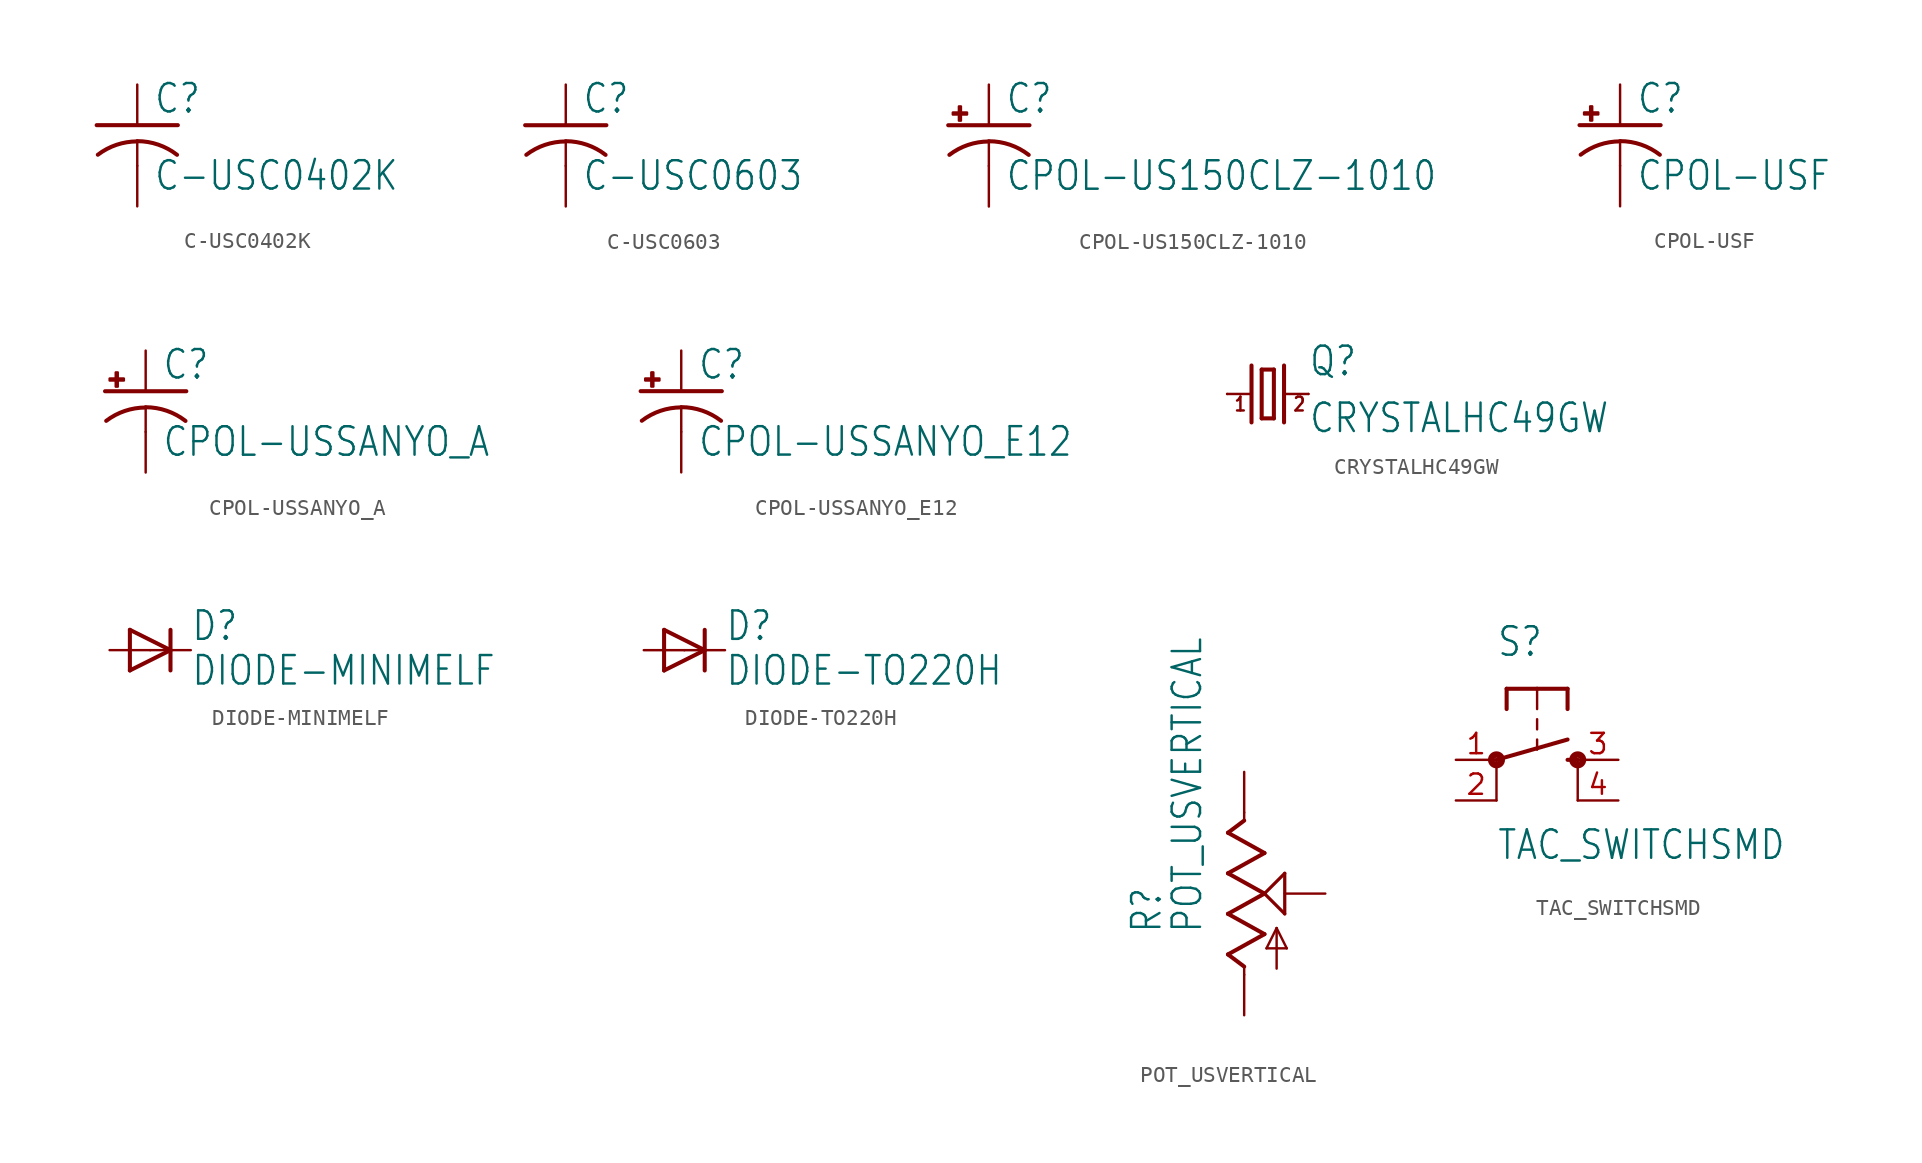
<source format=kicad_sym>
(kicad_symbol_lib
  (version 20211014)
  (generator kicad_symbol_editor)
  (symbol "C-USC0402K"
    (property "Reference" "C"
      (at 1.016 0.635 0)
      (effects (font (size 1.778 1.511)) (justify left bottom)))
    (property "Value" "C-USC0402K"
      (at 1.016 -4.191 0)
      (effects (font (size 1.778 1.511)) (justify left bottom)))
    (property "ki_locked" ""
      (at 0 0 0)
      (effects (font (size 1.27 1.27))))
    (symbol "C-USC0402K_1_0"
      (arc (start 0 -1.0161) (mid -1.302 -1.2303) (end -2.4668 -1.8504) (stroke (width 0.254) (type default) (color 0 0 0 0)) (fill (type none)))
      (polyline (pts (xy -2.54 0) (xy 2.54 0)) (stroke (width 0.254) (type default) (color 0 0 0 0)) (fill (type none)))
      (polyline (pts (xy 0 -1.016) (xy 0 -2.54)) (stroke (width 0.152) (type default) (color 0 0 0 0)) (fill (type none)))
      (arc (start 2.4892 -1.8542) (mid 1.3158 -1.2195) (end 0 -1) (stroke (width 0.254) (type default) (color 0 0 0 0)) (fill (type none)))
      (pin passive line (at 0 2.54 270) (length 2.54) (name "1" (effects (font (size 0 0)))) (number "1" (effects (font (size 0 0)))))
      (pin passive line (at 0 -5.08 90) (length 2.54) (name "2" (effects (font (size 0 0)))) (number "2" (effects (font (size 0 0)))))))
  (symbol "C-USC0603"
    (property "Reference" "C"
      (at 1.016 0.635 0)
      (effects (font (size 1.778 1.511)) (justify left bottom)))
    (property "Value" "C-USC0603"
      (at 1.016 -4.191 0)
      (effects (font (size 1.778 1.511)) (justify left bottom)))
    (property "ki_locked" ""
      (at 0 0 0)
      (effects (font (size 1.27 1.27))))
    (symbol "C-USC0603_1_0"
      (arc (start 0 -1.0161) (mid -1.302 -1.2303) (end -2.4668 -1.8504) (stroke (width 0.254) (type default) (color 0 0 0 0)) (fill (type none)))
      (polyline (pts (xy -2.54 0) (xy 2.54 0)) (stroke (width 0.254) (type default) (color 0 0 0 0)) (fill (type none)))
      (polyline (pts (xy 0 -1.016) (xy 0 -2.54)) (stroke (width 0.152) (type default) (color 0 0 0 0)) (fill (type none)))
      (arc (start 2.4892 -1.8542) (mid 1.3158 -1.2195) (end 0 -1) (stroke (width 0.254) (type default) (color 0 0 0 0)) (fill (type none)))
      (pin passive line (at 0 2.54 270) (length 2.54) (name "1" (effects (font (size 0 0)))) (number "1" (effects (font (size 0 0)))))
      (pin passive line (at 0 -5.08 90) (length 2.54) (name "2" (effects (font (size 0 0)))) (number "2" (effects (font (size 0 0)))))))
  (symbol "CPOL-US150CLZ-1010"
    (property "Reference" "C"
      (at 1.016 0.635 0)
      (effects (font (size 1.778 1.511)) (justify left bottom)))
    (property "Value" "CPOL-US150CLZ-1010"
      (at 1.016 -4.191 0)
      (effects (font (size 1.778 1.511)) (justify left bottom)))
    (property "ki_locked" ""
      (at 0 0 0)
      (effects (font (size 1.27 1.27))))
    (symbol "CPOL-US150CLZ-1010_1_0"
      (rectangle (start -2.253 0.668) (end -1.364 0.795) (stroke (width 0) (type default) (color 0 0 0 0)) (fill (type outline)))
      (rectangle (start -1.872 0.287) (end -1.745 1.176) (stroke (width 0) (type default) (color 0 0 0 0)) (fill (type outline)))
      (arc (start 0 -1.0161) (mid -1.3021 -1.2302) (end -2.4669 -1.8504) (stroke (width 0.254) (type default) (color 0 0 0 0)) (fill (type none)))
      (polyline (pts (xy -2.54 0) (xy 2.54 0)) (stroke (width 0.254) (type default) (color 0 0 0 0)) (fill (type none)))
      (polyline (pts (xy 0 -1.016) (xy 0 -2.54)) (stroke (width 0.152) (type default) (color 0 0 0 0)) (fill (type none)))
      (arc (start 2.4892 -1.8542) (mid 1.3158 -1.2195) (end 0 -1) (stroke (width 0.254) (type default) (color 0 0 0 0)) (fill (type none)))
      (pin passive line (at 0 2.54 270) (length 2.54) (name "+" (effects (font (size 0 0)))) (number "+" (effects (font (size 0 0)))))
      (pin passive line (at 0 -5.08 90) (length 2.54) (name "-" (effects (font (size 0 0)))) (number "-" (effects (font (size 0 0)))))))
  (symbol "CPOL-USF"
    (property "Reference" "C"
      (at 1.016 0.635 0)
      (effects (font (size 1.778 1.511)) (justify left bottom)))
    (property "Value" "CPOL-USF"
      (at 1.016 -4.191 0)
      (effects (font (size 1.778 1.511)) (justify left bottom)))
    (property "ki_locked" ""
      (at 0 0 0)
      (effects (font (size 1.27 1.27))))
    (symbol "CPOL-USF_1_0"
      (rectangle (start -2.253 0.668) (end -1.364 0.795) (stroke (width 0) (type default) (color 0 0 0 0)) (fill (type outline)))
      (rectangle (start -1.872 0.287) (end -1.745 1.176) (stroke (width 0) (type default) (color 0 0 0 0)) (fill (type outline)))
      (arc (start 0 -1.0161) (mid -1.3021 -1.2302) (end -2.4669 -1.8504) (stroke (width 0.254) (type default) (color 0 0 0 0)) (fill (type none)))
      (polyline (pts (xy -2.54 0) (xy 2.54 0)) (stroke (width 0.254) (type default) (color 0 0 0 0)) (fill (type none)))
      (polyline (pts (xy 0 -1.016) (xy 0 -2.54)) (stroke (width 0.152) (type default) (color 0 0 0 0)) (fill (type none)))
      (arc (start 2.4892 -1.8542) (mid 1.3158 -1.2195) (end 0 -1) (stroke (width 0.254) (type default) (color 0 0 0 0)) (fill (type none)))
      (pin passive line (at 0 2.54 270) (length 2.54) (name "+" (effects (font (size 0 0)))) (number "+" (effects (font (size 0 0)))))
      (pin passive line (at 0 -5.08 90) (length 2.54) (name "-" (effects (font (size 0 0)))) (number "-" (effects (font (size 0 0)))))))
  (symbol "CPOL-USSANYO_A"
    (property "Reference" "C"
      (at 1.016 0.635 0)
      (effects (font (size 1.778 1.511)) (justify left bottom)))
    (property "Value" "CPOL-USSANYO_A"
      (at 1.016 -4.191 0)
      (effects (font (size 1.778 1.511)) (justify left bottom)))
    (property "ki_locked" ""
      (at 0 0 0)
      (effects (font (size 1.27 1.27))))
    (symbol "CPOL-USSANYO_A_1_0"
      (rectangle (start -2.253 0.668) (end -1.364 0.795) (stroke (width 0) (type default) (color 0 0 0 0)) (fill (type outline)))
      (rectangle (start -1.872 0.287) (end -1.745 1.176) (stroke (width 0) (type default) (color 0 0 0 0)) (fill (type outline)))
      (arc (start 0 -1.0161) (mid -1.3021 -1.2302) (end -2.4669 -1.8504) (stroke (width 0.254) (type default) (color 0 0 0 0)) (fill (type none)))
      (polyline (pts (xy -2.54 0) (xy 2.54 0)) (stroke (width 0.254) (type default) (color 0 0 0 0)) (fill (type none)))
      (polyline (pts (xy 0 -1.016) (xy 0 -2.54)) (stroke (width 0.152) (type default) (color 0 0 0 0)) (fill (type none)))
      (arc (start 2.4892 -1.8542) (mid 1.3158 -1.2195) (end 0 -1) (stroke (width 0.254) (type default) (color 0 0 0 0)) (fill (type none)))
      (pin passive line (at 0 2.54 270) (length 2.54) (name "+" (effects (font (size 0 0)))) (number "+" (effects (font (size 0 0)))))
      (pin passive line (at 0 -5.08 90) (length 2.54) (name "-" (effects (font (size 0 0)))) (number "-" (effects (font (size 0 0)))))))
  (symbol "CPOL-USSANYO_E12"
    (property "Reference" "C"
      (at 1.016 0.635 0)
      (effects (font (size 1.778 1.511)) (justify left bottom)))
    (property "Value" "CPOL-USSANYO_E12"
      (at 1.016 -4.191 0)
      (effects (font (size 1.778 1.511)) (justify left bottom)))
    (property "ki_locked" ""
      (at 0 0 0)
      (effects (font (size 1.27 1.27))))
    (symbol "CPOL-USSANYO_E12_1_0"
      (rectangle (start -2.253 0.668) (end -1.364 0.795) (stroke (width 0) (type default) (color 0 0 0 0)) (fill (type outline)))
      (rectangle (start -1.872 0.287) (end -1.745 1.176) (stroke (width 0) (type default) (color 0 0 0 0)) (fill (type outline)))
      (arc (start 0 -1.0161) (mid -1.3021 -1.2302) (end -2.4669 -1.8504) (stroke (width 0.254) (type default) (color 0 0 0 0)) (fill (type none)))
      (polyline (pts (xy -2.54 0) (xy 2.54 0)) (stroke (width 0.254) (type default) (color 0 0 0 0)) (fill (type none)))
      (polyline (pts (xy 0 -1.016) (xy 0 -2.54)) (stroke (width 0.152) (type default) (color 0 0 0 0)) (fill (type none)))
      (arc (start 2.4892 -1.8542) (mid 1.3158 -1.2195) (end 0 -1) (stroke (width 0.254) (type default) (color 0 0 0 0)) (fill (type none)))
      (pin passive line (at 0 2.54 270) (length 2.54) (name "+" (effects (font (size 0 0)))) (number "+" (effects (font (size 0 0)))))
      (pin passive line (at 0 -5.08 90) (length 2.54) (name "-" (effects (font (size 0 0)))) (number "-" (effects (font (size 0 0)))))))
  (symbol "CRYSTALHC49GW"
    (property "Reference" "Q"
      (at 2.54 1.016 0)
      (effects (font (size 1.778 1.511)) (justify left bottom)))
    (property "Value" "CRYSTALHC49GW"
      (at 2.54 -2.54 0)
      (effects (font (size 1.778 1.511)) (justify left bottom)))
    (property "ki_locked" ""
      (at 0 0 0)
      (effects (font (size 1.27 1.27))))
    (symbol "CRYSTALHC49GW_1_0"
      (polyline (pts (xy -2.54 0) (xy -1.016 0)) (stroke (width 0.152) (type default) (color 0 0 0 0)) (fill (type none)))
      (polyline (pts (xy -1.016 1.778) (xy -1.016 -1.778)) (stroke (width 0.254) (type default) (color 0 0 0 0)) (fill (type none)))
      (polyline (pts (xy -0.381 -1.524) (xy 0.381 -1.524)) (stroke (width 0.254) (type default) (color 0 0 0 0)) (fill (type none)))
      (polyline (pts (xy -0.381 1.524) (xy -0.381 -1.524)) (stroke (width 0.254) (type default) (color 0 0 0 0)) (fill (type none)))
      (polyline (pts (xy 0.381 -1.524) (xy 0.381 1.524)) (stroke (width 0.254) (type default) (color 0 0 0 0)) (fill (type none)))
      (polyline (pts (xy 0.381 1.524) (xy -0.381 1.524)) (stroke (width 0.254) (type default) (color 0 0 0 0)) (fill (type none)))
      (polyline (pts (xy 1.016 0) (xy 2.54 0)) (stroke (width 0.152) (type default) (color 0 0 0 0)) (fill (type none)))
      (polyline (pts (xy 1.016 1.778) (xy 1.016 -1.778)) (stroke (width 0.254) (type default) (color 0 0 0 0)) (fill (type none)))
      (text "1" (at -2.159 -1.143 0) (effects (font (size 0.864 0.734)) (justify left bottom)))
      (text "2" (at 1.524 -1.143 0) (effects (font (size 0.864 0.734)) (justify left bottom)))
      (pin passive line (at -2.54 0 0) (length 0) (name "1" (effects (font (size 0 0)))) (number "1" (effects (font (size 0 0)))))
      (pin passive line (at 2.54 0 180) (length 0) (name "2" (effects (font (size 0 0)))) (number "2" (effects (font (size 0 0)))))))
  (symbol "DIODE-MINIMELF"
    (property "Reference" "D"
      (at 2.54 0.483 0)
      (effects (font (size 1.778 1.511)) (justify left bottom)))
    (property "Value" "DIODE-MINIMELF"
      (at 2.54 -2.311 0)
      (effects (font (size 1.778 1.511)) (justify left bottom)))
    (property "ki_locked" ""
      (at 0 0 0)
      (effects (font (size 1.27 1.27))))
    (symbol "DIODE-MINIMELF_1_0"
      (polyline (pts (xy -1.27 -1.27) (xy 1.27 0)) (stroke (width 0.254) (type default) (color 0 0 0 0)) (fill (type none)))
      (polyline (pts (xy -1.27 1.27) (xy -1.27 -1.27)) (stroke (width 0.254) (type default) (color 0 0 0 0)) (fill (type none)))
      (polyline (pts (xy 1.27 0) (xy -1.27 1.27)) (stroke (width 0.254) (type default) (color 0 0 0 0)) (fill (type none)))
      (polyline (pts (xy 1.27 0) (xy 1.27 -1.27)) (stroke (width 0.254) (type default) (color 0 0 0 0)) (fill (type none)))
      (polyline (pts (xy 1.27 1.27) (xy 1.27 0)) (stroke (width 0.254) (type default) (color 0 0 0 0)) (fill (type none)))
      (pin passive line (at -2.54 0 0) (length 2.54) (name "A" (effects (font (size 0 0)))) (number "A" (effects (font (size 0 0)))))
      (pin passive line (at 2.54 0 180) (length 2.54) (name "C" (effects (font (size 0 0)))) (number "C" (effects (font (size 0 0)))))))
  (symbol "DIODE-TO220H"
    (property "Reference" "D"
      (at 2.54 0.483 0)
      (effects (font (size 1.778 1.511)) (justify left bottom)))
    (property "Value" "DIODE-TO220H"
      (at 2.54 -2.311 0)
      (effects (font (size 1.778 1.511)) (justify left bottom)))
    (property "ki_locked" ""
      (at 0 0 0)
      (effects (font (size 1.27 1.27))))
    (symbol "DIODE-TO220H_1_0"
      (polyline (pts (xy -1.27 -1.27) (xy 1.27 0)) (stroke (width 0.254) (type default) (color 0 0 0 0)) (fill (type none)))
      (polyline (pts (xy -1.27 1.27) (xy -1.27 -1.27)) (stroke (width 0.254) (type default) (color 0 0 0 0)) (fill (type none)))
      (polyline (pts (xy 1.27 0) (xy -1.27 1.27)) (stroke (width 0.254) (type default) (color 0 0 0 0)) (fill (type none)))
      (polyline (pts (xy 1.27 0) (xy 1.27 -1.27)) (stroke (width 0.254) (type default) (color 0 0 0 0)) (fill (type none)))
      (polyline (pts (xy 1.27 1.27) (xy 1.27 0)) (stroke (width 0.254) (type default) (color 0 0 0 0)) (fill (type none)))
      (pin passive line (at -2.54 0 0) (length 2.54) (name "A" (effects (font (size 0 0)))) (number "A" (effects (font (size 0 0)))))
      (pin passive line (at 2.54 0 180) (length 2.54) (name "C" (effects (font (size 0 0)))) (number "C" (effects (font (size 0 0)))))))
  (symbol "POT_USVERTICAL"
    (property "Reference" "R"
      (at -5.08 -2.54 90)
      (effects (font (size 1.778 1.511)) (justify left bottom)))
    (property "Value" "POT_USVERTICAL"
      (at -2.54 -2.54 90)
      (effects (font (size 1.778 1.511)) (justify left bottom)))
    (property "ki_locked" ""
      (at 0 0 0)
      (effects (font (size 1.27 1.27))))
    (symbol "POT_USVERTICAL_1_0"
      (polyline (pts (xy -1.016 -3.81) (xy 1.27 -2.54)) (stroke (width 0.254) (type default) (color 0 0 0 0)) (fill (type none)))
      (polyline (pts (xy -1.016 -1.27) (xy 1.27 0)) (stroke (width 0.254) (type default) (color 0 0 0 0)) (fill (type none)))
      (polyline (pts (xy -1.016 1.27) (xy 1.27 2.54)) (stroke (width 0.254) (type default) (color 0 0 0 0)) (fill (type none)))
      (polyline (pts (xy -1.016 3.81) (xy 0 4.572)) (stroke (width 0.254) (type default) (color 0 0 0 0)) (fill (type none)))
      (polyline (pts (xy 0 -5.08) (xy 0 -4.572)) (stroke (width 0.152) (type default) (color 0 0 0 0)) (fill (type none)))
      (polyline (pts (xy 0 -4.572) (xy -1.016 -3.81)) (stroke (width 0.254) (type default) (color 0 0 0 0)) (fill (type none)))
      (polyline (pts (xy 0 4.572) (xy 0 5.08)) (stroke (width 0.152) (type default) (color 0 0 0 0)) (fill (type none)))
      (polyline (pts (xy 1.27 -2.54) (xy -1.016 -1.27)) (stroke (width 0.254) (type default) (color 0 0 0 0)) (fill (type none)))
      (polyline (pts (xy 1.27 0) (xy -1.016 1.27)) (stroke (width 0.254) (type default) (color 0 0 0 0)) (fill (type none)))
      (polyline (pts (xy 1.27 0) (xy 2.54 1.27)) (stroke (width 0.203) (type default) (color 0 0 0 0)) (fill (type none)))
      (polyline (pts (xy 1.27 2.54) (xy -1.016 3.81)) (stroke (width 0.254) (type default) (color 0 0 0 0)) (fill (type none)))
      (polyline (pts (xy 1.397 -3.429) (xy 2.032 -2.159)) (stroke (width 0.152) (type default) (color 0 0 0 0)) (fill (type none)))
      (polyline (pts (xy 2.032 -4.699) (xy 2.032 -2.159)) (stroke (width 0.152) (type default) (color 0 0 0 0)) (fill (type none)))
      (polyline (pts (xy 2.032 -2.159) (xy 2.667 -3.429)) (stroke (width 0.152) (type default) (color 0 0 0 0)) (fill (type none)))
      (polyline (pts (xy 2.54 -1.27) (xy 1.27 0)) (stroke (width 0.203) (type default) (color 0 0 0 0)) (fill (type none)))
      (polyline (pts (xy 2.54 1.27) (xy 2.54 -1.27)) (stroke (width 0.203) (type default) (color 0 0 0 0)) (fill (type none)))
      (polyline (pts (xy 2.667 -3.429) (xy 1.397 -3.429)) (stroke (width 0.152) (type default) (color 0 0 0 0)) (fill (type none)))
      (pin passive line (at 0 7.62 270) (length 2.54) (name "E" (effects (font (size 0 0)))) (number "P$1" (effects (font (size 0 0)))))
      (pin passive line (at 5.08 0 180) (length 2.54) (name "S" (effects (font (size 0 0)))) (number "P$2" (effects (font (size 0 0)))))
      (pin passive line (at 0 -7.62 90) (length 2.54) (name "A" (effects (font (size 0 0)))) (number "P$3" (effects (font (size 0 0)))))))
  (symbol "TAC_SWITCHSMD"
    (property "Reference" "S"
      (at -2.54 6.35 0)
      (effects (font (size 1.778 1.511)) (justify left bottom)))
    (property "Value" "TAC_SWITCHSMD"
      (at -2.54 -6.35 0)
      (effects (font (size 1.778 1.511)) (justify left bottom)))
    (property "ki_locked" ""
      (at 0 0 0)
      (effects (font (size 1.27 1.27))))
    (symbol "TAC_SWITCHSMD_1_0"
      (circle (center -2.54 0) (radius 0.127) (stroke (width 0.406) (type default) (color 0 0 0 0)) (fill (type none)))
      (polyline (pts (xy -2.54 -2.54) (xy -2.54 0)) (stroke (width 0.152) (type default) (color 0 0 0 0)) (fill (type none)))
      (polyline (pts (xy -2.54 0) (xy 1.905 1.27)) (stroke (width 0.254) (type default) (color 0 0 0 0)) (fill (type none)))
      (polyline (pts (xy -1.905 4.445) (xy -1.905 3.175)) (stroke (width 0.254) (type default) (color 0 0 0 0)) (fill (type none)))
      (polyline (pts (xy 0 1.27) (xy 0 0.635)) (stroke (width 0.152) (type default) (color 0 0 0 0)) (fill (type none)))
      (polyline (pts (xy 0 2.54) (xy 0 1.905)) (stroke (width 0.152) (type default) (color 0 0 0 0)) (fill (type none)))
      (polyline (pts (xy 0 4.445) (xy -1.905 4.445)) (stroke (width 0.254) (type default) (color 0 0 0 0)) (fill (type none)))
      (polyline (pts (xy 0 4.445) (xy 0 3.175)) (stroke (width 0.152) (type default) (color 0 0 0 0)) (fill (type none)))
      (polyline (pts (xy 1.905 0) (xy 2.54 0)) (stroke (width 0.254) (type default) (color 0 0 0 0)) (fill (type none)))
      (polyline (pts (xy 1.905 4.445) (xy 0 4.445)) (stroke (width 0.254) (type default) (color 0 0 0 0)) (fill (type none)))
      (polyline (pts (xy 1.905 4.445) (xy 1.905 3.175)) (stroke (width 0.254) (type default) (color 0 0 0 0)) (fill (type none)))
      (polyline (pts (xy 2.54 -2.54) (xy 2.54 0)) (stroke (width 0.152) (type default) (color 0 0 0 0)) (fill (type none)))
      (circle (center 2.54 0) (radius 0.127) (stroke (width 0.406) (type default) (color 0 0 0 0)) (fill (type none)))
      (pin passive line (at -5.08 0 0) (length 2.54) (name "1" (effects (font (size 0 0)))) (number "1" (effects (font (size 1.27 1.27)))))
      (pin passive line (at -5.08 -2.54 0) (length 2.54) (name "2" (effects (font (size 0 0)))) (number "2" (effects (font (size 1.27 1.27)))))
      (pin passive line (at 5.08 0 180) (length 2.54) (name "3" (effects (font (size 0 0)))) (number "3" (effects (font (size 1.27 1.27)))))
      (pin passive line (at 5.08 -2.54 180) (length 2.54) (name "4" (effects (font (size 0 0)))) (number "4" (effects (font (size 1.27 1.27))))))))
</source>
